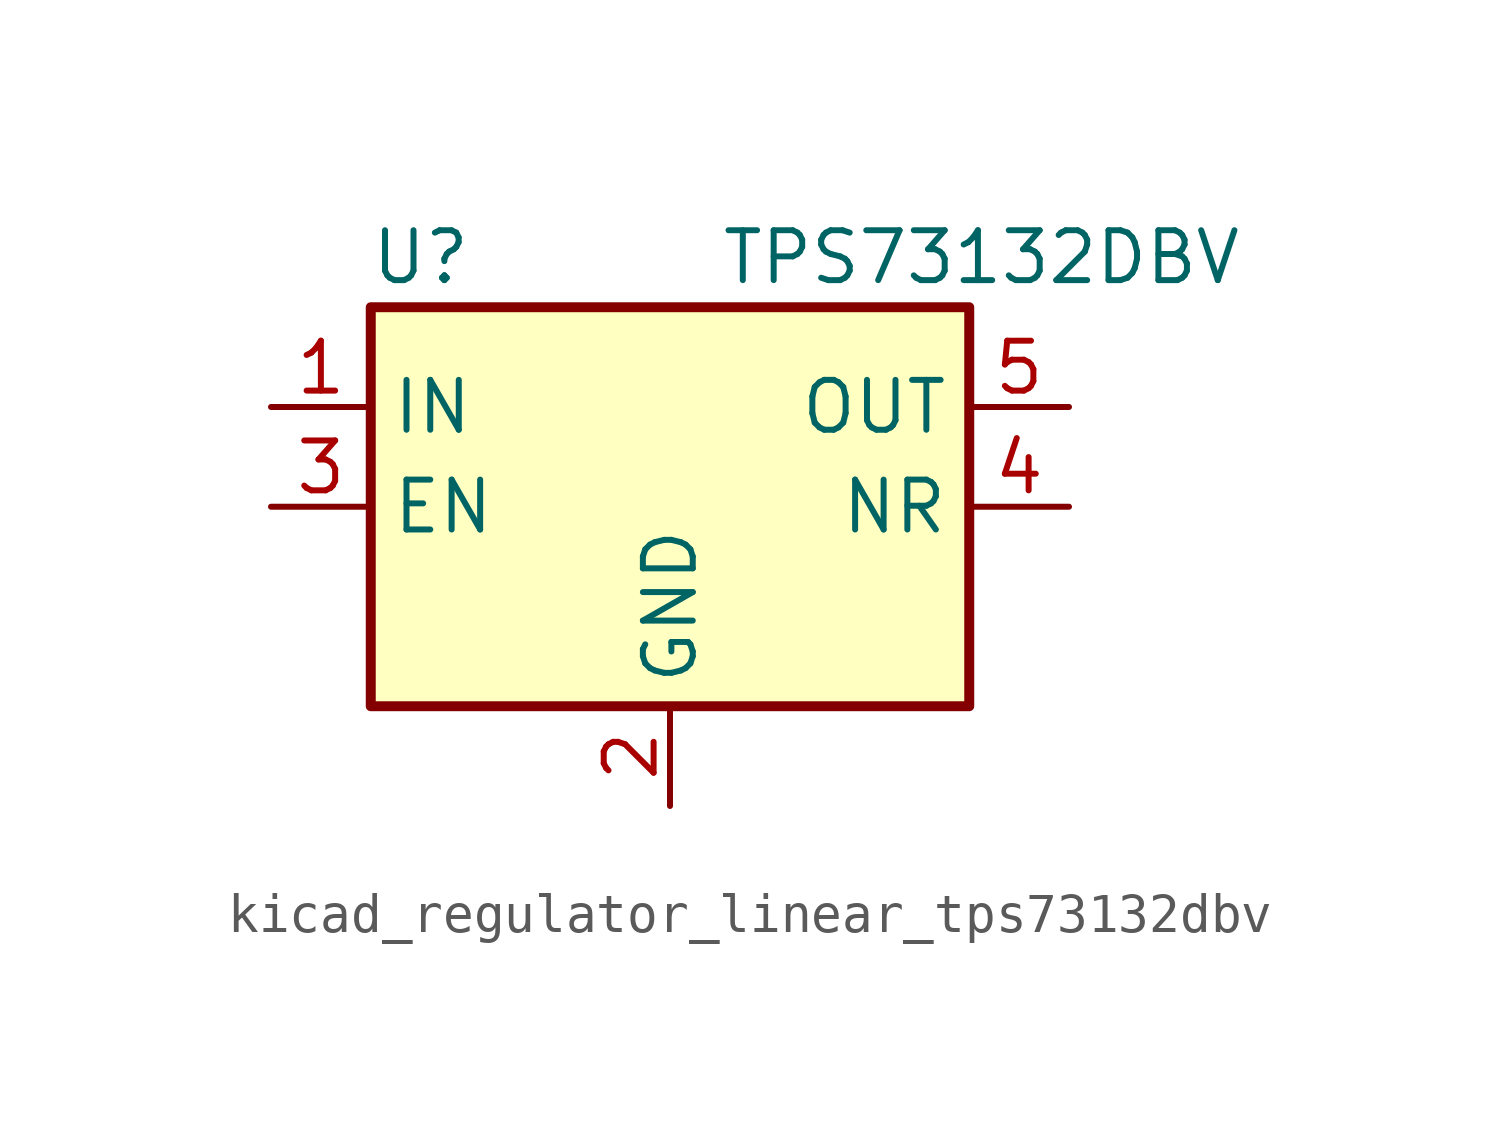
<source format=kicad_sym>
(kicad_symbol_lib
  (version 20220914)
  (generator kicad_symbol_editor)
  (symbol "kicad_regulator_linear_tps73132dbv"
    (property "Reference" "U"
      (at -6.35 6.35 0)
      (effects (font (size 1.27 1.27))))
    (property "Value" "TPS73132DBV"
      (at 1.27 6.35 0)
      (effects (font (size 1.27 1.27)) (justify left)))
    (symbol "kicad_regulator_linear_tps73132dbv_0_1"
      (rectangle (start -7.62 -5.08) (end 7.62 5.08) (stroke (width 0.254) (type default)) (fill (type background))))
    (symbol "kicad_regulator_linear_tps73132dbv_1_1"
      (pin power_in line (at -10.16 2.54 0) (length 2.54) (name "IN" (effects (font (size 1.27 1.27)))) (number "1" (effects (font (size 1.27 1.27)))))
      (pin power_in line (at 0 -7.62 90) (length 2.54) (name "GND" (effects (font (size 1.27 1.27)))) (number "2" (effects (font (size 1.27 1.27)))))
      (pin input line (at -10.16 0 0) (length 2.54) (name "EN" (effects (font (size 1.27 1.27)))) (number "3" (effects (font (size 1.27 1.27)))))
      (pin passive line (at 10.16 0 180) (length 2.54) (name "NR" (effects (font (size 1.27 1.27)))) (number "4" (effects (font (size 1.27 1.27)))))
      (pin power_out line (at 10.16 2.54 180) (length 2.54) (name "OUT" (effects (font (size 1.27 1.27)))) (number "5" (effects (font (size 1.27 1.27))))))))
</source>
